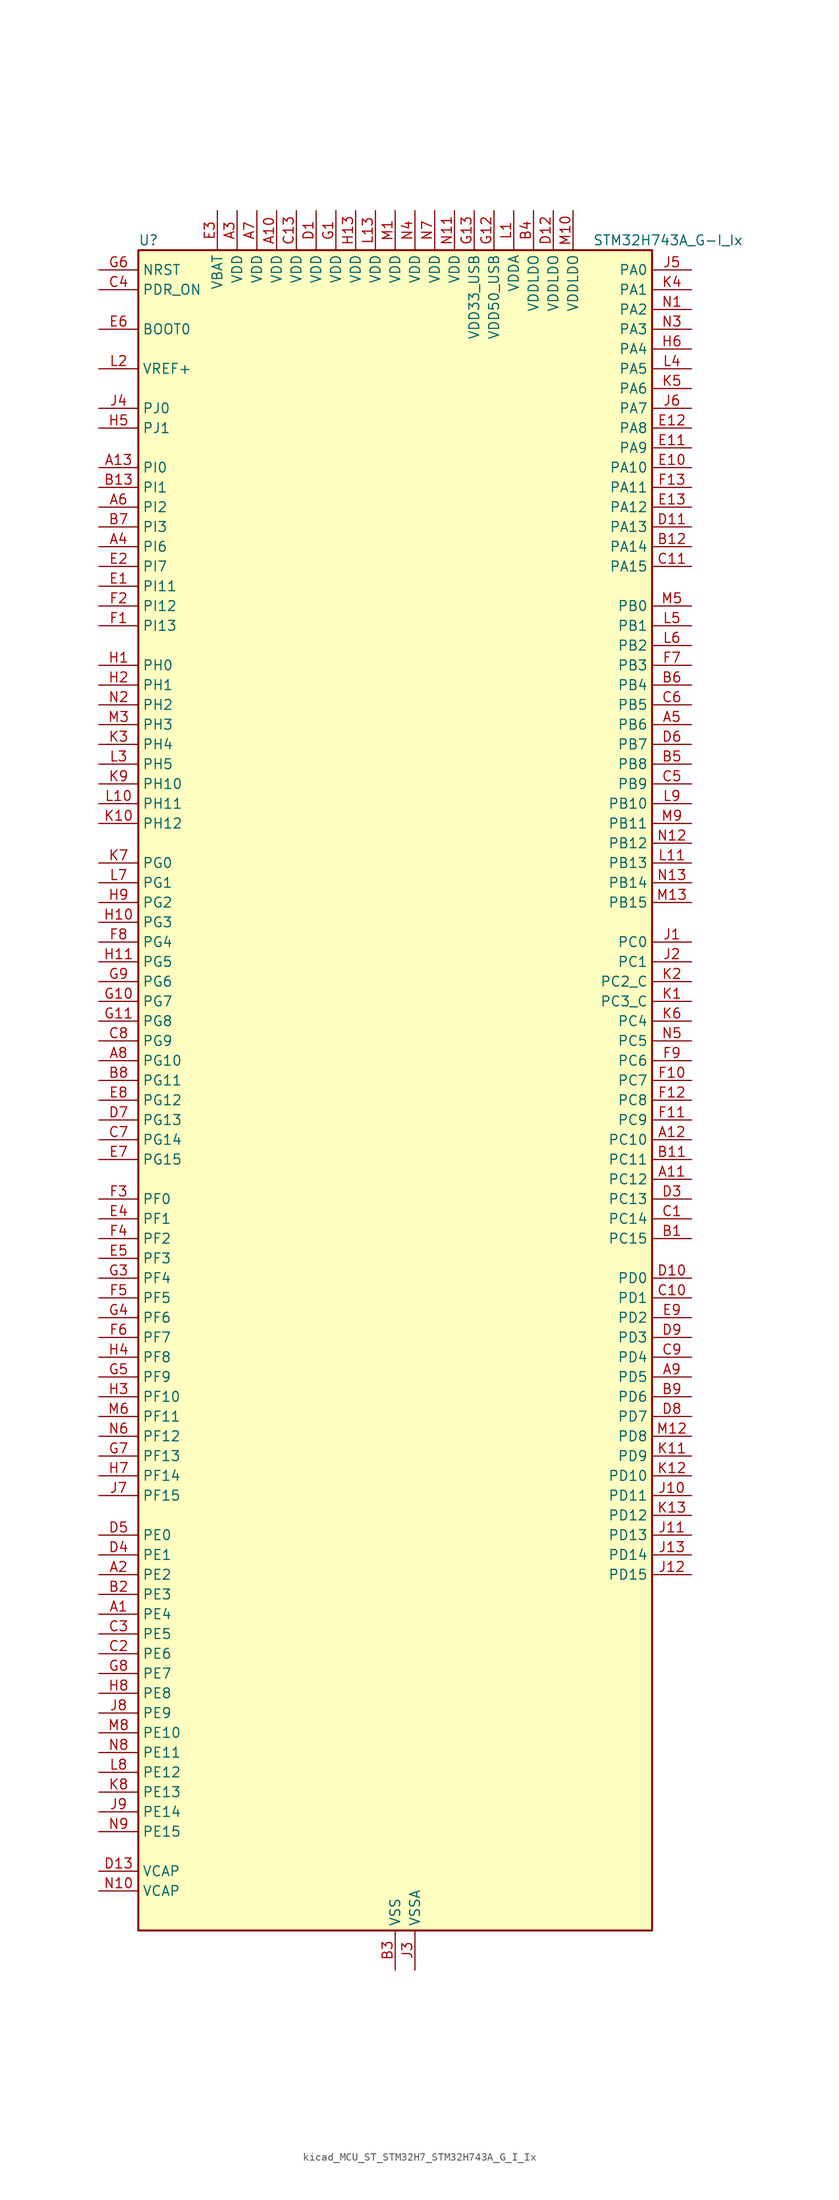
<source format=kicad_sym>
(kicad_symbol_lib
  (version 20220914)
  (generator kicad_symbol_editor)
  (symbol "kicad_MCU_ST_STM32H7_STM32H743A_G_I_Ix"
    (property "Reference" "U"
      (at -33.02 110.49 0)
      (effects (font (size 1.27 1.27)) (justify left)))
    (property "Value" "STM32H743A_G-I_Ix"
      (at 25.4 110.49 0)
      (effects (font (size 1.27 1.27)) (justify left)))
    (property "ki_locked" ""
      (at 0 0 0)
      (effects (font (size 1.27 1.27))))
    (symbol "kicad_MCU_ST_STM32H7_STM32H743A_G_I_Ix_0_1"
      (rectangle (start -33.02 -106.68) (end 33.02 109.22) (stroke (width 0.254) (type default)) (fill (type background))))
    (symbol "kicad_MCU_ST_STM32H7_STM32H743A_G_I_Ix_1_1"
      (pin bidirectional line (at -38.1 -66.04 0) (length 5.08) (name "PE4" (effects (font (size 1.27 1.27)))) (number "A1" (effects (font (size 1.27 1.27)))) (alternate "DCMI_D4" bidirectional line) (alternate "DEBUG_TRACED1" bidirectional line) (alternate "DFSDM1_DATIN3" bidirectional line) (alternate "FMC_A20" bidirectional line) (alternate "LTDC_B0" bidirectional line) (alternate "SAI1_D2" bidirectional line) (alternate "SAI1_FS_A" bidirectional line) (alternate "SAI4_D2" bidirectional line) (alternate "SAI4_FS_A" bidirectional line) (alternate "SPI4_NSS" bidirectional line) (alternate "TIM15_CH1N" bidirectional line))
      (pin power_in line (at -15.24 114.3 270) (length 5.08) (name "VDD" (effects (font (size 1.27 1.27)))) (number "A10" (effects (font (size 1.27 1.27)))))
      (pin bidirectional line (at 38.1 -10.16 180) (length 5.08) (name "PC12" (effects (font (size 1.27 1.27)))) (number "A11" (effects (font (size 1.27 1.27)))) (alternate "DCMI_D9" bidirectional line) (alternate "DEBUG_TRACED3" bidirectional line) (alternate "HRTIM_EEV2" bidirectional line) (alternate "I2S3_SDO" bidirectional line) (alternate "SDMMC1_CK" bidirectional line) (alternate "SPI3_MOSI" bidirectional line) (alternate "UART5_TX" bidirectional line) (alternate "USART3_CK" bidirectional line))
      (pin bidirectional line (at 38.1 -5.08 180) (length 5.08) (name "PC10" (effects (font (size 1.27 1.27)))) (number "A12" (effects (font (size 1.27 1.27)))) (alternate "DCMI_D8" bidirectional line) (alternate "DFSDM1_CKIN5" bidirectional line) (alternate "HRTIM_EEV1" bidirectional line) (alternate "I2S3_CK" bidirectional line) (alternate "LTDC_R2" bidirectional line) (alternate "QUADSPI_BK1_IO1" bidirectional line) (alternate "SDMMC1_D2" bidirectional line) (alternate "SPI3_SCK" bidirectional line) (alternate "UART4_TX" bidirectional line) (alternate "USART3_TX" bidirectional line))
      (pin bidirectional line (at -38.1 81.28 0) (length 5.08) (name "PI0" (effects (font (size 1.27 1.27)))) (number "A13" (effects (font (size 1.27 1.27)))) (alternate "DCMI_D13" bidirectional line) (alternate "FMC_D24" bidirectional line) (alternate "I2S2_WS" bidirectional line) (alternate "LTDC_G5" bidirectional line) (alternate "SPI2_NSS" bidirectional line) (alternate "TIM5_CH4" bidirectional line))
      (pin bidirectional line (at -38.1 -60.96 0) (length 5.08) (name "PE2" (effects (font (size 1.27 1.27)))) (number "A2" (effects (font (size 1.27 1.27)))) (alternate "DEBUG_TRACECLK" bidirectional line) (alternate "ETH_TXD3" bidirectional line) (alternate "FMC_A23" bidirectional line) (alternate "QUADSPI_BK1_IO2" bidirectional line) (alternate "SAI1_CK1" bidirectional line) (alternate "SAI1_MCLK_A" bidirectional line) (alternate "SAI4_CK1" bidirectional line) (alternate "SAI4_MCLK_A" bidirectional line) (alternate "SPI4_SCK" bidirectional line))
      (pin power_in line (at -20.32 114.3 270) (length 5.08) (name "VDD" (effects (font (size 1.27 1.27)))) (number "A3" (effects (font (size 1.27 1.27)))))
      (pin bidirectional line (at -38.1 71.12 0) (length 5.08) (name "PI6" (effects (font (size 1.27 1.27)))) (number "A4" (effects (font (size 1.27 1.27)))) (alternate "DCMI_D6" bidirectional line) (alternate "FMC_D28" bidirectional line) (alternate "LTDC_B6" bidirectional line) (alternate "SAI2_SD_A" bidirectional line) (alternate "TIM8_CH2" bidirectional line))
      (pin bidirectional line (at 38.1 48.26 180) (length 5.08) (name "PB6" (effects (font (size 1.27 1.27)))) (number "A5" (effects (font (size 1.27 1.27)))) (alternate "CEC" bidirectional line) (alternate "DCMI_D5" bidirectional line) (alternate "DFSDM1_DATIN5" bidirectional line) (alternate "FDCAN2_TX" bidirectional line) (alternate "FMC_SDNE1" bidirectional line) (alternate "HRTIM_EEV8" bidirectional line) (alternate "I2C1_SCL" bidirectional line) (alternate "I2C4_SCL" bidirectional line) (alternate "LPUART1_TX" bidirectional line) (alternate "QUADSPI_BK1_NCS" bidirectional line) (alternate "TIM16_CH1N" bidirectional line) (alternate "TIM4_CH1" bidirectional line) (alternate "UART5_TX" bidirectional line) (alternate "USART1_TX" bidirectional line))
      (pin bidirectional line (at -38.1 76.2 0) (length 5.08) (name "PI2" (effects (font (size 1.27 1.27)))) (number "A6" (effects (font (size 1.27 1.27)))) (alternate "DCMI_D9" bidirectional line) (alternate "FMC_D26" bidirectional line) (alternate "I2S2_SDI" bidirectional line) (alternate "LTDC_G7" bidirectional line) (alternate "SPI2_MISO" bidirectional line) (alternate "TIM8_CH4" bidirectional line))
      (pin power_in line (at -17.78 114.3 270) (length 5.08) (name "VDD" (effects (font (size 1.27 1.27)))) (number "A7" (effects (font (size 1.27 1.27)))))
      (pin bidirectional line (at -38.1 5.08 0) (length 5.08) (name "PG10" (effects (font (size 1.27 1.27)))) (number "A8" (effects (font (size 1.27 1.27)))) (alternate "DCMI_D2" bidirectional line) (alternate "FMC_NE3" bidirectional line) (alternate "HRTIM_FLT5" bidirectional line) (alternate "I2S1_WS" bidirectional line) (alternate "LTDC_B2" bidirectional line) (alternate "LTDC_G3" bidirectional line) (alternate "SAI2_SD_B" bidirectional line) (alternate "SPI1_NSS" bidirectional line))
      (pin bidirectional line (at 38.1 -35.56 180) (length 5.08) (name "PD5" (effects (font (size 1.27 1.27)))) (number "A9" (effects (font (size 1.27 1.27)))) (alternate "FMC_NWE" bidirectional line) (alternate "HRTIM_EEV3" bidirectional line) (alternate "USART2_TX" bidirectional line))
      (pin bidirectional line (at 38.1 -17.78 180) (length 5.08) (name "PC15" (effects (font (size 1.27 1.27)))) (number "B1" (effects (font (size 1.27 1.27)))) (alternate "ADC1_EXTI15" bidirectional line) (alternate "ADC2_EXTI15" bidirectional line) (alternate "ADC3_EXTI15" bidirectional line) (alternate "RCC_OSC32_OUT" bidirectional line))
      (pin passive line (at 0 -111.76 90) (length 5.08) hide (name "VSS" (effects (font (size 1.27 1.27)))) (number "B10" (effects (font (size 1.27 1.27)))))
      (pin bidirectional line (at 38.1 -7.62 180) (length 5.08) (name "PC11" (effects (font (size 1.27 1.27)))) (number "B11" (effects (font (size 1.27 1.27)))) (alternate "ADC1_EXTI11" bidirectional line) (alternate "ADC2_EXTI11" bidirectional line) (alternate "ADC3_EXTI11" bidirectional line) (alternate "DCMI_D4" bidirectional line) (alternate "DFSDM1_DATIN5" bidirectional line) (alternate "HRTIM_FLT2" bidirectional line) (alternate "I2S3_SDI" bidirectional line) (alternate "QUADSPI_BK2_NCS" bidirectional line) (alternate "SDMMC1_D3" bidirectional line) (alternate "SPI3_MISO" bidirectional line) (alternate "UART4_RX" bidirectional line) (alternate "USART3_RX" bidirectional line))
      (pin bidirectional line (at 38.1 71.12 180) (length 5.08) (name "PA14" (effects (font (size 1.27 1.27)))) (number "B12" (effects (font (size 1.27 1.27)))) (alternate "DEBUG_JTCK-SWCLK" bidirectional line))
      (pin bidirectional line (at -38.1 78.74 0) (length 5.08) (name "PI1" (effects (font (size 1.27 1.27)))) (number "B13" (effects (font (size 1.27 1.27)))) (alternate "DCMI_D8" bidirectional line) (alternate "FMC_D25" bidirectional line) (alternate "I2S2_CK" bidirectional line) (alternate "LTDC_G6" bidirectional line) (alternate "SPI2_SCK" bidirectional line) (alternate "TIM8_BKIN2" bidirectional line) (alternate "TIM8_BKIN2_COMP1" bidirectional line) (alternate "TIM8_BKIN2_COMP2" bidirectional line))
      (pin bidirectional line (at -38.1 -63.5 0) (length 5.08) (name "PE3" (effects (font (size 1.27 1.27)))) (number "B2" (effects (font (size 1.27 1.27)))) (alternate "DEBUG_TRACED0" bidirectional line) (alternate "FMC_A19" bidirectional line) (alternate "SAI1_SD_B" bidirectional line) (alternate "SAI4_SD_B" bidirectional line) (alternate "TIM15_BKIN" bidirectional line))
      (pin power_in line (at 0 -111.76 90) (length 5.08) (name "VSS" (effects (font (size 1.27 1.27)))) (number "B3" (effects (font (size 1.27 1.27)))))
      (pin power_in line (at 17.78 114.3 270) (length 5.08) (name "VDDLDO" (effects (font (size 1.27 1.27)))) (number "B4" (effects (font (size 1.27 1.27)))))
      (pin bidirectional line (at 38.1 43.18 180) (length 5.08) (name "PB8" (effects (font (size 1.27 1.27)))) (number "B5" (effects (font (size 1.27 1.27)))) (alternate "DCMI_D6" bidirectional line) (alternate "DFSDM1_CKIN7" bidirectional line) (alternate "ETH_TXD3" bidirectional line) (alternate "FDCAN1_RX" bidirectional line) (alternate "I2C1_SCL" bidirectional line) (alternate "I2C4_SCL" bidirectional line) (alternate "LTDC_B6" bidirectional line) (alternate "SDMMC1_CKIN" bidirectional line) (alternate "SDMMC1_D4" bidirectional line) (alternate "SDMMC2_D4" bidirectional line) (alternate "TIM16_CH1" bidirectional line) (alternate "TIM4_CH3" bidirectional line) (alternate "UART4_RX" bidirectional line))
      (pin bidirectional line (at 38.1 53.34 180) (length 5.08) (name "PB4" (effects (font (size 1.27 1.27)))) (number "B6" (effects (font (size 1.27 1.27)))) (alternate "DEBUG_JTRST" bidirectional line) (alternate "HRTIM_EEV6" bidirectional line) (alternate "I2S1_SDI" bidirectional line) (alternate "I2S2_WS" bidirectional line) (alternate "I2S3_SDI" bidirectional line) (alternate "SDMMC2_D3" bidirectional line) (alternate "SPI1_MISO" bidirectional line) (alternate "SPI2_NSS" bidirectional line) (alternate "SPI3_MISO" bidirectional line) (alternate "SPI6_MISO" bidirectional line) (alternate "TIM16_BKIN" bidirectional line) (alternate "TIM3_CH1" bidirectional line) (alternate "UART7_TX" bidirectional line))
      (pin bidirectional line (at -38.1 73.66 0) (length 5.08) (name "PI3" (effects (font (size 1.27 1.27)))) (number "B7" (effects (font (size 1.27 1.27)))) (alternate "DCMI_D10" bidirectional line) (alternate "FMC_D27" bidirectional line) (alternate "I2S2_SDO" bidirectional line) (alternate "SPI2_MOSI" bidirectional line) (alternate "TIM8_ETR" bidirectional line))
      (pin bidirectional line (at -38.1 2.54 0) (length 5.08) (name "PG11" (effects (font (size 1.27 1.27)))) (number "B8" (effects (font (size 1.27 1.27)))) (alternate "ADC1_EXTI11" bidirectional line) (alternate "ADC2_EXTI11" bidirectional line) (alternate "ADC3_EXTI11" bidirectional line) (alternate "DCMI_D3" bidirectional line) (alternate "ETH_TX_EN" bidirectional line) (alternate "HRTIM_EEV4" bidirectional line) (alternate "I2S1_CK" bidirectional line) (alternate "LPTIM1_IN2" bidirectional line) (alternate "LTDC_B3" bidirectional line) (alternate "SDMMC2_D2" bidirectional line) (alternate "SPDIFRX1_IN0" bidirectional line) (alternate "SPI1_SCK" bidirectional line))
      (pin bidirectional line (at 38.1 -38.1 180) (length 5.08) (name "PD6" (effects (font (size 1.27 1.27)))) (number "B9" (effects (font (size 1.27 1.27)))) (alternate "DCMI_D10" bidirectional line) (alternate "DFSDM1_CKIN4" bidirectional line) (alternate "DFSDM1_DATIN1" bidirectional line) (alternate "FMC_NWAIT" bidirectional line) (alternate "I2S3_SDO" bidirectional line) (alternate "LTDC_B2" bidirectional line) (alternate "SAI1_D1" bidirectional line) (alternate "SAI1_SD_A" bidirectional line) (alternate "SAI4_D1" bidirectional line) (alternate "SAI4_SD_A" bidirectional line) (alternate "SDMMC2_CK" bidirectional line) (alternate "SPI3_MOSI" bidirectional line) (alternate "USART2_RX" bidirectional line))
      (pin bidirectional line (at 38.1 -15.24 180) (length 5.08) (name "PC14" (effects (font (size 1.27 1.27)))) (number "C1" (effects (font (size 1.27 1.27)))) (alternate "RCC_OSC32_IN" bidirectional line))
      (pin bidirectional line (at 38.1 -25.4 180) (length 5.08) (name "PD1" (effects (font (size 1.27 1.27)))) (number "C10" (effects (font (size 1.27 1.27)))) (alternate "DFSDM1_DATIN6" bidirectional line) (alternate "FDCAN1_TX" bidirectional line) (alternate "FMC_D3" bidirectional line) (alternate "FMC_DA3" bidirectional line) (alternate "SAI3_SD_A" bidirectional line) (alternate "UART4_TX" bidirectional line))
      (pin bidirectional line (at 38.1 68.58 180) (length 5.08) (name "PA15" (effects (font (size 1.27 1.27)))) (number "C11" (effects (font (size 1.27 1.27)))) (alternate "ADC1_EXTI15" bidirectional line) (alternate "ADC2_EXTI15" bidirectional line) (alternate "ADC3_EXTI15" bidirectional line) (alternate "CEC" bidirectional line) (alternate "DEBUG_JTDI" bidirectional line) (alternate "HRTIM_FLT1" bidirectional line) (alternate "I2S1_WS" bidirectional line) (alternate "I2S3_WS" bidirectional line) (alternate "SPI1_NSS" bidirectional line) (alternate "SPI3_NSS" bidirectional line) (alternate "SPI6_NSS" bidirectional line) (alternate "TIM2_CH1" bidirectional line) (alternate "TIM2_ETR" bidirectional line) (alternate "UART4_DE" bidirectional line) (alternate "UART4_RTS" bidirectional line) (alternate "UART7_TX" bidirectional line))
      (pin passive line (at 0 -111.76 90) (length 5.08) hide (name "VSS" (effects (font (size 1.27 1.27)))) (number "C12" (effects (font (size 1.27 1.27)))))
      (pin power_in line (at -12.7 114.3 270) (length 5.08) (name "VDD" (effects (font (size 1.27 1.27)))) (number "C13" (effects (font (size 1.27 1.27)))))
      (pin bidirectional line (at -38.1 -71.12 0) (length 5.08) (name "PE6" (effects (font (size 1.27 1.27)))) (number "C2" (effects (font (size 1.27 1.27)))) (alternate "DCMI_D7" bidirectional line) (alternate "DEBUG_TRACED3" bidirectional line) (alternate "FMC_A22" bidirectional line) (alternate "LTDC_G1" bidirectional line) (alternate "SAI1_D1" bidirectional line) (alternate "SAI1_SD_A" bidirectional line) (alternate "SAI2_MCLK_B" bidirectional line) (alternate "SAI4_D1" bidirectional line) (alternate "SAI4_SD_A" bidirectional line) (alternate "SPI4_MOSI" bidirectional line) (alternate "TIM15_CH2" bidirectional line) (alternate "TIM1_BKIN2" bidirectional line) (alternate "TIM1_BKIN2_COMP1" bidirectional line) (alternate "TIM1_BKIN2_COMP2" bidirectional line))
      (pin bidirectional line (at -38.1 -68.58 0) (length 5.08) (name "PE5" (effects (font (size 1.27 1.27)))) (number "C3" (effects (font (size 1.27 1.27)))) (alternate "DCMI_D6" bidirectional line) (alternate "DEBUG_TRACED2" bidirectional line) (alternate "DFSDM1_CKIN3" bidirectional line) (alternate "FMC_A21" bidirectional line) (alternate "LTDC_G0" bidirectional line) (alternate "SAI1_CK2" bidirectional line) (alternate "SAI1_SCK_A" bidirectional line) (alternate "SAI4_CK2" bidirectional line) (alternate "SAI4_SCK_A" bidirectional line) (alternate "SPI4_MISO" bidirectional line) (alternate "TIM15_CH1" bidirectional line))
      (pin input line (at -38.1 104.14 0) (length 5.08) (name "PDR_ON" (effects (font (size 1.27 1.27)))) (number "C4" (effects (font (size 1.27 1.27)))))
      (pin bidirectional line (at 38.1 40.64 180) (length 5.08) (name "PB9" (effects (font (size 1.27 1.27)))) (number "C5" (effects (font (size 1.27 1.27)))) (alternate "DAC1_EXTI9" bidirectional line) (alternate "DCMI_D7" bidirectional line) (alternate "DFSDM1_DATIN7" bidirectional line) (alternate "FDCAN1_TX" bidirectional line) (alternate "I2C1_SDA" bidirectional line) (alternate "I2C4_SDA" bidirectional line) (alternate "I2C4_SMBA" bidirectional line) (alternate "I2S2_WS" bidirectional line) (alternate "LTDC_B7" bidirectional line) (alternate "SDMMC1_CDIR" bidirectional line) (alternate "SDMMC1_D5" bidirectional line) (alternate "SDMMC2_D5" bidirectional line) (alternate "SPI2_NSS" bidirectional line) (alternate "TIM17_CH1" bidirectional line) (alternate "TIM4_CH4" bidirectional line) (alternate "UART4_TX" bidirectional line))
      (pin bidirectional line (at 38.1 50.8 180) (length 5.08) (name "PB5" (effects (font (size 1.27 1.27)))) (number "C6" (effects (font (size 1.27 1.27)))) (alternate "DCMI_D10" bidirectional line) (alternate "ETH_PPS_OUT" bidirectional line) (alternate "FDCAN2_RX" bidirectional line) (alternate "FMC_SDCKE1" bidirectional line) (alternate "HRTIM_EEV7" bidirectional line) (alternate "I2C1_SMBA" bidirectional line) (alternate "I2C4_SMBA" bidirectional line) (alternate "I2S1_SDO" bidirectional line) (alternate "I2S3_SDO" bidirectional line) (alternate "SPI1_MOSI" bidirectional line) (alternate "SPI3_MOSI" bidirectional line) (alternate "SPI6_MOSI" bidirectional line) (alternate "TIM17_BKIN" bidirectional line) (alternate "TIM3_CH2" bidirectional line) (alternate "UART5_RX" bidirectional line) (alternate "USB_OTG_HS_ULPI_D7" bidirectional line))
      (pin bidirectional line (at -38.1 -5.08 0) (length 5.08) (name "PG14" (effects (font (size 1.27 1.27)))) (number "C7" (effects (font (size 1.27 1.27)))) (alternate "DEBUG_TRACED1" bidirectional line) (alternate "ETH_TXD1" bidirectional line) (alternate "FMC_A25" bidirectional line) (alternate "LPTIM1_ETR" bidirectional line) (alternate "LTDC_B0" bidirectional line) (alternate "QUADSPI_BK2_IO3" bidirectional line) (alternate "SPI6_MOSI" bidirectional line) (alternate "USART6_TX" bidirectional line))
      (pin bidirectional line (at -38.1 7.62 0) (length 5.08) (name "PG9" (effects (font (size 1.27 1.27)))) (number "C8" (effects (font (size 1.27 1.27)))) (alternate "DAC1_EXTI9" bidirectional line) (alternate "DCMI_VSYNC" bidirectional line) (alternate "FMC_NCE" bidirectional line) (alternate "FMC_NE2" bidirectional line) (alternate "I2S1_SDI" bidirectional line) (alternate "QUADSPI_BK2_IO2" bidirectional line) (alternate "SAI2_FS_B" bidirectional line) (alternate "SPDIFRX1_IN3" bidirectional line) (alternate "SPI1_MISO" bidirectional line) (alternate "USART6_RX" bidirectional line))
      (pin bidirectional line (at 38.1 -33.02 180) (length 5.08) (name "PD4" (effects (font (size 1.27 1.27)))) (number "C9" (effects (font (size 1.27 1.27)))) (alternate "FMC_NOE" bidirectional line) (alternate "HRTIM_FLT3" bidirectional line) (alternate "SAI3_FS_A" bidirectional line) (alternate "USART2_DE" bidirectional line) (alternate "USART2_RTS" bidirectional line))
      (pin power_in line (at -10.16 114.3 270) (length 5.08) (name "VDD" (effects (font (size 1.27 1.27)))) (number "D1" (effects (font (size 1.27 1.27)))))
      (pin bidirectional line (at 38.1 -22.86 180) (length 5.08) (name "PD0" (effects (font (size 1.27 1.27)))) (number "D10" (effects (font (size 1.27 1.27)))) (alternate "DFSDM1_CKIN6" bidirectional line) (alternate "FDCAN1_RX" bidirectional line) (alternate "FMC_D2" bidirectional line) (alternate "FMC_DA2" bidirectional line) (alternate "SAI3_SCK_A" bidirectional line) (alternate "UART4_RX" bidirectional line))
      (pin bidirectional line (at 38.1 73.66 180) (length 5.08) (name "PA13" (effects (font (size 1.27 1.27)))) (number "D11" (effects (font (size 1.27 1.27)))) (alternate "DEBUG_JTMS-SWDIO" bidirectional line))
      (pin power_in line (at 20.32 114.3 270) (length 5.08) (name "VDDLDO" (effects (font (size 1.27 1.27)))) (number "D12" (effects (font (size 1.27 1.27)))))
      (pin power_out line (at -38.1 -99.06 0) (length 5.08) (name "VCAP" (effects (font (size 1.27 1.27)))) (number "D13" (effects (font (size 1.27 1.27)))))
      (pin passive line (at 0 -111.76 90) (length 5.08) hide (name "VSS" (effects (font (size 1.27 1.27)))) (number "D2" (effects (font (size 1.27 1.27)))))
      (pin bidirectional line (at 38.1 -12.7 180) (length 5.08) (name "PC13" (effects (font (size 1.27 1.27)))) (number "D3" (effects (font (size 1.27 1.27)))) (alternate "PWR_WKUP2" bidirectional line) (alternate "RTC_OUT_ALARM" bidirectional line) (alternate "RTC_OUT_CALIB" bidirectional line) (alternate "RTC_TAMP1" bidirectional line) (alternate "RTC_TS" bidirectional line))
      (pin bidirectional line (at -38.1 -58.42 0) (length 5.08) (name "PE1" (effects (font (size 1.27 1.27)))) (number "D4" (effects (font (size 1.27 1.27)))) (alternate "DCMI_D3" bidirectional line) (alternate "FMC_NBL1" bidirectional line) (alternate "HRTIM_SCOUT" bidirectional line) (alternate "LPTIM1_IN2" bidirectional line) (alternate "UART8_TX" bidirectional line))
      (pin bidirectional line (at -38.1 -55.88 0) (length 5.08) (name "PE0" (effects (font (size 1.27 1.27)))) (number "D5" (effects (font (size 1.27 1.27)))) (alternate "DCMI_D2" bidirectional line) (alternate "FMC_NBL0" bidirectional line) (alternate "HRTIM_SCIN" bidirectional line) (alternate "LPTIM1_ETR" bidirectional line) (alternate "LPTIM2_ETR" bidirectional line) (alternate "SAI2_MCLK_A" bidirectional line) (alternate "TIM4_ETR" bidirectional line) (alternate "UART8_RX" bidirectional line))
      (pin bidirectional line (at 38.1 45.72 180) (length 5.08) (name "PB7" (effects (font (size 1.27 1.27)))) (number "D6" (effects (font (size 1.27 1.27)))) (alternate "DCMI_VSYNC" bidirectional line) (alternate "DFSDM1_CKIN5" bidirectional line) (alternate "FMC_NL" bidirectional line) (alternate "HRTIM_EEV9" bidirectional line) (alternate "I2C1_SDA" bidirectional line) (alternate "I2C4_SDA" bidirectional line) (alternate "LPUART1_RX" bidirectional line) (alternate "PWR_PVD_IN" bidirectional line) (alternate "TIM17_CH1N" bidirectional line) (alternate "TIM4_CH2" bidirectional line) (alternate "USART1_RX" bidirectional line))
      (pin bidirectional line (at -38.1 -2.54 0) (length 5.08) (name "PG13" (effects (font (size 1.27 1.27)))) (number "D7" (effects (font (size 1.27 1.27)))) (alternate "DEBUG_TRACED0" bidirectional line) (alternate "ETH_TXD0" bidirectional line) (alternate "FMC_A24" bidirectional line) (alternate "HRTIM_EEV10" bidirectional line) (alternate "LPTIM1_OUT" bidirectional line) (alternate "LTDC_R0" bidirectional line) (alternate "SPI6_SCK" bidirectional line) (alternate "USART6_CTS" bidirectional line) (alternate "USART6_NSS" bidirectional line))
      (pin bidirectional line (at 38.1 -40.64 180) (length 5.08) (name "PD7" (effects (font (size 1.27 1.27)))) (number "D8" (effects (font (size 1.27 1.27)))) (alternate "DFSDM1_CKIN1" bidirectional line) (alternate "DFSDM1_DATIN4" bidirectional line) (alternate "FMC_NE1" bidirectional line) (alternate "I2S1_SDO" bidirectional line) (alternate "SDMMC2_CMD" bidirectional line) (alternate "SPDIFRX1_IN0" bidirectional line) (alternate "SPI1_MOSI" bidirectional line) (alternate "USART2_CK" bidirectional line))
      (pin bidirectional line (at 38.1 -30.48 180) (length 5.08) (name "PD3" (effects (font (size 1.27 1.27)))) (number "D9" (effects (font (size 1.27 1.27)))) (alternate "DCMI_D5" bidirectional line) (alternate "DFSDM1_CKOUT" bidirectional line) (alternate "FMC_CLK" bidirectional line) (alternate "I2S2_CK" bidirectional line) (alternate "LTDC_G7" bidirectional line) (alternate "SPI2_SCK" bidirectional line) (alternate "USART2_CTS" bidirectional line) (alternate "USART2_NSS" bidirectional line))
      (pin bidirectional line (at -38.1 66.04 0) (length 5.08) (name "PI11" (effects (font (size 1.27 1.27)))) (number "E1" (effects (font (size 1.27 1.27)))) (alternate "ADC1_EXTI11" bidirectional line) (alternate "ADC2_EXTI11" bidirectional line) (alternate "ADC3_EXTI11" bidirectional line) (alternate "LTDC_G6" bidirectional line) (alternate "PWR_WKUP4" bidirectional line) (alternate "USB_OTG_HS_ULPI_DIR" bidirectional line))
      (pin bidirectional line (at 38.1 81.28 180) (length 5.08) (name "PA10" (effects (font (size 1.27 1.27)))) (number "E10" (effects (font (size 1.27 1.27)))) (alternate "DCMI_D1" bidirectional line) (alternate "HRTIM_CHC2" bidirectional line) (alternate "LPUART1_RX" bidirectional line) (alternate "LTDC_B1" bidirectional line) (alternate "LTDC_B4" bidirectional line) (alternate "MDIOS_MDIO" bidirectional line) (alternate "TIM1_CH3" bidirectional line) (alternate "USART1_RX" bidirectional line) (alternate "USB_OTG_FS_ID" bidirectional line))
      (pin bidirectional line (at 38.1 83.82 180) (length 5.08) (name "PA9" (effects (font (size 1.27 1.27)))) (number "E11" (effects (font (size 1.27 1.27)))) (alternate "DAC1_EXTI9" bidirectional line) (alternate "DCMI_D0" bidirectional line) (alternate "HRTIM_CHC1" bidirectional line) (alternate "I2C3_SMBA" bidirectional line) (alternate "I2S2_CK" bidirectional line) (alternate "LPUART1_TX" bidirectional line) (alternate "LTDC_R5" bidirectional line) (alternate "SPI2_SCK" bidirectional line) (alternate "TIM1_CH2" bidirectional line) (alternate "USART1_TX" bidirectional line) (alternate "USB_OTG_FS_VBUS" bidirectional line))
      (pin bidirectional line (at 38.1 86.36 180) (length 5.08) (name "PA8" (effects (font (size 1.27 1.27)))) (number "E12" (effects (font (size 1.27 1.27)))) (alternate "HRTIM_CHB2" bidirectional line) (alternate "I2C3_SCL" bidirectional line) (alternate "LTDC_B3" bidirectional line) (alternate "LTDC_R6" bidirectional line) (alternate "RCC_MCO_1" bidirectional line) (alternate "TIM1_CH1" bidirectional line) (alternate "TIM8_BKIN2" bidirectional line) (alternate "TIM8_BKIN2_COMP1" bidirectional line) (alternate "TIM8_BKIN2_COMP2" bidirectional line) (alternate "UART7_RX" bidirectional line) (alternate "USART1_CK" bidirectional line) (alternate "USB_OTG_FS_SOF" bidirectional line))
      (pin bidirectional line (at 38.1 76.2 180) (length 5.08) (name "PA12" (effects (font (size 1.27 1.27)))) (number "E13" (effects (font (size 1.27 1.27)))) (alternate "FDCAN1_TX" bidirectional line) (alternate "HRTIM_CHD2" bidirectional line) (alternate "I2S2_CK" bidirectional line) (alternate "LPUART1_DE" bidirectional line) (alternate "LPUART1_RTS" bidirectional line) (alternate "LTDC_R5" bidirectional line) (alternate "SAI2_FS_B" bidirectional line) (alternate "SPI2_SCK" bidirectional line) (alternate "TIM1_ETR" bidirectional line) (alternate "UART4_TX" bidirectional line) (alternate "USART1_DE" bidirectional line) (alternate "USART1_RTS" bidirectional line) (alternate "USB_OTG_FS_DP" bidirectional line))
      (pin bidirectional line (at -38.1 68.58 0) (length 5.08) (name "PI7" (effects (font (size 1.27 1.27)))) (number "E2" (effects (font (size 1.27 1.27)))) (alternate "DCMI_D7" bidirectional line) (alternate "FMC_D29" bidirectional line) (alternate "LTDC_B7" bidirectional line) (alternate "SAI2_FS_A" bidirectional line) (alternate "TIM8_CH3" bidirectional line))
      (pin power_in line (at -22.86 114.3 270) (length 5.08) (name "VBAT" (effects (font (size 1.27 1.27)))) (number "E3" (effects (font (size 1.27 1.27)))))
      (pin bidirectional line (at -38.1 -15.24 0) (length 5.08) (name "PF1" (effects (font (size 1.27 1.27)))) (number "E4" (effects (font (size 1.27 1.27)))) (alternate "FMC_A1" bidirectional line) (alternate "I2C2_SCL" bidirectional line))
      (pin bidirectional line (at -38.1 -20.32 0) (length 5.08) (name "PF3" (effects (font (size 1.27 1.27)))) (number "E5" (effects (font (size 1.27 1.27)))) (alternate "ADC3_INP5" bidirectional line) (alternate "FMC_A3" bidirectional line))
      (pin input line (at -38.1 99.06 0) (length 5.08) (name "BOOT0" (effects (font (size 1.27 1.27)))) (number "E6" (effects (font (size 1.27 1.27)))))
      (pin bidirectional line (at -38.1 -7.62 0) (length 5.08) (name "PG15" (effects (font (size 1.27 1.27)))) (number "E7" (effects (font (size 1.27 1.27)))) (alternate "ADC1_EXTI15" bidirectional line) (alternate "ADC2_EXTI15" bidirectional line) (alternate "ADC3_EXTI15" bidirectional line) (alternate "DCMI_D13" bidirectional line) (alternate "FMC_SDNCAS" bidirectional line) (alternate "USART6_CTS" bidirectional line) (alternate "USART6_NSS" bidirectional line))
      (pin bidirectional line (at -38.1 0 0) (length 5.08) (name "PG12" (effects (font (size 1.27 1.27)))) (number "E8" (effects (font (size 1.27 1.27)))) (alternate "ETH_TXD1" bidirectional line) (alternate "FMC_NE4" bidirectional line) (alternate "HRTIM_EEV5" bidirectional line) (alternate "LPTIM1_IN1" bidirectional line) (alternate "LTDC_B1" bidirectional line) (alternate "LTDC_B4" bidirectional line) (alternate "SPDIFRX1_IN1" bidirectional line) (alternate "SPI6_MISO" bidirectional line) (alternate "USART6_DE" bidirectional line) (alternate "USART6_RTS" bidirectional line))
      (pin bidirectional line (at 38.1 -27.94 180) (length 5.08) (name "PD2" (effects (font (size 1.27 1.27)))) (number "E9" (effects (font (size 1.27 1.27)))) (alternate "DCMI_D11" bidirectional line) (alternate "DEBUG_TRACED2" bidirectional line) (alternate "SDMMC1_CMD" bidirectional line) (alternate "TIM3_ETR" bidirectional line) (alternate "UART5_RX" bidirectional line))
      (pin bidirectional line (at -38.1 60.96 0) (length 5.08) (name "PI13" (effects (font (size 1.27 1.27)))) (number "F1" (effects (font (size 1.27 1.27)))) (alternate "LTDC_VSYNC" bidirectional line))
      (pin bidirectional line (at 38.1 2.54 180) (length 5.08) (name "PC7" (effects (font (size 1.27 1.27)))) (number "F10" (effects (font (size 1.27 1.27)))) (alternate "DCMI_D1" bidirectional line) (alternate "DEBUG_TRGIO" bidirectional line) (alternate "DFSDM1_DATIN3" bidirectional line) (alternate "FMC_NE1" bidirectional line) (alternate "HRTIM_CHA2" bidirectional line) (alternate "I2S3_MCK" bidirectional line) (alternate "LTDC_G6" bidirectional line) (alternate "SDMMC1_D123DIR" bidirectional line) (alternate "SDMMC1_D7" bidirectional line) (alternate "SDMMC2_D7" bidirectional line) (alternate "SWPMI1_TX" bidirectional line) (alternate "TIM3_CH2" bidirectional line) (alternate "TIM8_CH2" bidirectional line) (alternate "USART6_RX" bidirectional line))
      (pin bidirectional line (at 38.1 -2.54 180) (length 5.08) (name "PC9" (effects (font (size 1.27 1.27)))) (number "F11" (effects (font (size 1.27 1.27)))) (alternate "DAC1_EXTI9" bidirectional line) (alternate "DCMI_D3" bidirectional line) (alternate "I2C3_SDA" bidirectional line) (alternate "I2S_CKIN" bidirectional line) (alternate "LTDC_B2" bidirectional line) (alternate "LTDC_G3" bidirectional line) (alternate "QUADSPI_BK1_IO0" bidirectional line) (alternate "RCC_MCO_2" bidirectional line) (alternate "SDMMC1_D1" bidirectional line) (alternate "SWPMI1_SUSPEND" bidirectional line) (alternate "TIM3_CH4" bidirectional line) (alternate "TIM8_CH4" bidirectional line) (alternate "UART5_CTS" bidirectional line))
      (pin bidirectional line (at 38.1 0 180) (length 5.08) (name "PC8" (effects (font (size 1.27 1.27)))) (number "F12" (effects (font (size 1.27 1.27)))) (alternate "DCMI_D2" bidirectional line) (alternate "DEBUG_TRACED1" bidirectional line) (alternate "FMC_NCE" bidirectional line) (alternate "FMC_NE2" bidirectional line) (alternate "HRTIM_CHB1" bidirectional line) (alternate "SDMMC1_D0" bidirectional line) (alternate "SWPMI1_RX" bidirectional line) (alternate "TIM3_CH3" bidirectional line) (alternate "TIM8_CH3" bidirectional line) (alternate "UART5_DE" bidirectional line) (alternate "UART5_RTS" bidirectional line) (alternate "USART6_CK" bidirectional line))
      (pin bidirectional line (at 38.1 78.74 180) (length 5.08) (name "PA11" (effects (font (size 1.27 1.27)))) (number "F13" (effects (font (size 1.27 1.27)))) (alternate "ADC1_EXTI11" bidirectional line) (alternate "ADC2_EXTI11" bidirectional line) (alternate "ADC3_EXTI11" bidirectional line) (alternate "FDCAN1_RX" bidirectional line) (alternate "HRTIM_CHD1" bidirectional line) (alternate "I2S2_WS" bidirectional line) (alternate "LPUART1_CTS" bidirectional line) (alternate "LTDC_R4" bidirectional line) (alternate "SPI2_NSS" bidirectional line) (alternate "TIM1_CH4" bidirectional line) (alternate "UART4_RX" bidirectional line) (alternate "USART1_CTS" bidirectional line) (alternate "USART1_NSS" bidirectional line) (alternate "USB_OTG_FS_DM" bidirectional line))
      (pin bidirectional line (at -38.1 63.5 0) (length 5.08) (name "PI12" (effects (font (size 1.27 1.27)))) (number "F2" (effects (font (size 1.27 1.27)))) (alternate "LTDC_HSYNC" bidirectional line))
      (pin bidirectional line (at -38.1 -12.7 0) (length 5.08) (name "PF0" (effects (font (size 1.27 1.27)))) (number "F3" (effects (font (size 1.27 1.27)))) (alternate "FMC_A0" bidirectional line) (alternate "I2C2_SDA" bidirectional line))
      (pin bidirectional line (at -38.1 -17.78 0) (length 5.08) (name "PF2" (effects (font (size 1.27 1.27)))) (number "F4" (effects (font (size 1.27 1.27)))) (alternate "FMC_A2" bidirectional line) (alternate "I2C2_SMBA" bidirectional line))
      (pin bidirectional line (at -38.1 -25.4 0) (length 5.08) (name "PF5" (effects (font (size 1.27 1.27)))) (number "F5" (effects (font (size 1.27 1.27)))) (alternate "ADC3_INP4" bidirectional line) (alternate "FMC_A5" bidirectional line))
      (pin bidirectional line (at -38.1 -30.48 0) (length 5.08) (name "PF7" (effects (font (size 1.27 1.27)))) (number "F6" (effects (font (size 1.27 1.27)))) (alternate "ADC3_INP3" bidirectional line) (alternate "QUADSPI_BK1_IO2" bidirectional line) (alternate "SAI1_MCLK_B" bidirectional line) (alternate "SAI4_MCLK_B" bidirectional line) (alternate "SPI5_SCK" bidirectional line) (alternate "TIM17_CH1" bidirectional line) (alternate "UART7_TX" bidirectional line))
      (pin bidirectional line (at 38.1 55.88 180) (length 5.08) (name "PB3" (effects (font (size 1.27 1.27)))) (number "F7" (effects (font (size 1.27 1.27)))) (alternate "CRS_SYNC" bidirectional line) (alternate "DEBUG_JTDO-SWO" bidirectional line) (alternate "HRTIM_FLT4" bidirectional line) (alternate "I2S1_CK" bidirectional line) (alternate "I2S3_CK" bidirectional line) (alternate "SDMMC2_D2" bidirectional line) (alternate "SPI1_SCK" bidirectional line) (alternate "SPI3_SCK" bidirectional line) (alternate "SPI6_SCK" bidirectional line) (alternate "TIM2_CH2" bidirectional line) (alternate "UART7_RX" bidirectional line))
      (pin bidirectional line (at -38.1 20.32 0) (length 5.08) (name "PG4" (effects (font (size 1.27 1.27)))) (number "F8" (effects (font (size 1.27 1.27)))) (alternate "FMC_A14" bidirectional line) (alternate "FMC_BA0" bidirectional line) (alternate "TIM1_BKIN2" bidirectional line) (alternate "TIM1_BKIN2_COMP1" bidirectional line) (alternate "TIM1_BKIN2_COMP2" bidirectional line))
      (pin bidirectional line (at 38.1 5.08 180) (length 5.08) (name "PC6" (effects (font (size 1.27 1.27)))) (number "F9" (effects (font (size 1.27 1.27)))) (alternate "DCMI_D0" bidirectional line) (alternate "DFSDM1_CKIN3" bidirectional line) (alternate "FMC_NWAIT" bidirectional line) (alternate "HRTIM_CHA1" bidirectional line) (alternate "I2S2_MCK" bidirectional line) (alternate "LTDC_HSYNC" bidirectional line) (alternate "SDMMC1_D0DIR" bidirectional line) (alternate "SDMMC1_D6" bidirectional line) (alternate "SDMMC2_D6" bidirectional line) (alternate "SWPMI1_IO" bidirectional line) (alternate "TIM3_CH1" bidirectional line) (alternate "TIM8_CH1" bidirectional line) (alternate "USART6_TX" bidirectional line))
      (pin power_in line (at -7.62 114.3 270) (length 5.08) (name "VDD" (effects (font (size 1.27 1.27)))) (number "G1" (effects (font (size 1.27 1.27)))))
      (pin bidirectional line (at -38.1 12.7 0) (length 5.08) (name "PG7" (effects (font (size 1.27 1.27)))) (number "G10" (effects (font (size 1.27 1.27)))) (alternate "DCMI_D13" bidirectional line) (alternate "FMC_INT" bidirectional line) (alternate "HRTIM_CHE2" bidirectional line) (alternate "LTDC_CLK" bidirectional line) (alternate "SAI1_MCLK_A" bidirectional line) (alternate "USART6_CK" bidirectional line))
      (pin bidirectional line (at -38.1 10.16 0) (length 5.08) (name "PG8" (effects (font (size 1.27 1.27)))) (number "G11" (effects (font (size 1.27 1.27)))) (alternate "ETH_PPS_OUT" bidirectional line) (alternate "FMC_SDCLK" bidirectional line) (alternate "LTDC_G7" bidirectional line) (alternate "SPDIFRX1_IN2" bidirectional line) (alternate "SPI6_NSS" bidirectional line) (alternate "TIM8_ETR" bidirectional line) (alternate "USART6_DE" bidirectional line) (alternate "USART6_RTS" bidirectional line))
      (pin power_in line (at 12.7 114.3 270) (length 5.08) (name "VDD50_USB" (effects (font (size 1.27 1.27)))) (number "G12" (effects (font (size 1.27 1.27)))))
      (pin power_in line (at 10.16 114.3 270) (length 5.08) (name "VDD33_USB" (effects (font (size 1.27 1.27)))) (number "G13" (effects (font (size 1.27 1.27)))))
      (pin passive line (at 0 -111.76 90) (length 5.08) hide (name "VSS" (effects (font (size 1.27 1.27)))) (number "G2" (effects (font (size 1.27 1.27)))))
      (pin bidirectional line (at -38.1 -22.86 0) (length 5.08) (name "PF4" (effects (font (size 1.27 1.27)))) (number "G3" (effects (font (size 1.27 1.27)))) (alternate "ADC3_INN5" bidirectional line) (alternate "ADC3_INP9" bidirectional line) (alternate "FMC_A4" bidirectional line))
      (pin bidirectional line (at -38.1 -27.94 0) (length 5.08) (name "PF6" (effects (font (size 1.27 1.27)))) (number "G4" (effects (font (size 1.27 1.27)))) (alternate "ADC3_INN4" bidirectional line) (alternate "ADC3_INP8" bidirectional line) (alternate "QUADSPI_BK1_IO3" bidirectional line) (alternate "SAI1_SD_B" bidirectional line) (alternate "SAI4_SD_B" bidirectional line) (alternate "SPI5_NSS" bidirectional line) (alternate "TIM16_CH1" bidirectional line) (alternate "UART7_RX" bidirectional line))
      (pin bidirectional line (at -38.1 -35.56 0) (length 5.08) (name "PF9" (effects (font (size 1.27 1.27)))) (number "G5" (effects (font (size 1.27 1.27)))) (alternate "ADC3_INP2" bidirectional line) (alternate "DAC1_EXTI9" bidirectional line) (alternate "QUADSPI_BK1_IO1" bidirectional line) (alternate "SAI1_FS_B" bidirectional line) (alternate "SAI4_FS_B" bidirectional line) (alternate "SPI5_MOSI" bidirectional line) (alternate "TIM14_CH1" bidirectional line) (alternate "TIM17_CH1N" bidirectional line) (alternate "UART7_CTS" bidirectional line))
      (pin input line (at -38.1 106.68 0) (length 5.08) (name "NRST" (effects (font (size 1.27 1.27)))) (number "G6" (effects (font (size 1.27 1.27)))))
      (pin bidirectional line (at -38.1 -45.72 0) (length 5.08) (name "PF13" (effects (font (size 1.27 1.27)))) (number "G7" (effects (font (size 1.27 1.27)))) (alternate "ADC2_INP2" bidirectional line) (alternate "DFSDM1_DATIN6" bidirectional line) (alternate "FMC_A7" bidirectional line) (alternate "I2C4_SMBA" bidirectional line))
      (pin bidirectional line (at -38.1 -73.66 0) (length 5.08) (name "PE7" (effects (font (size 1.27 1.27)))) (number "G8" (effects (font (size 1.27 1.27)))) (alternate "COMP2_INM" bidirectional line) (alternate "DFSDM1_DATIN2" bidirectional line) (alternate "FMC_D4" bidirectional line) (alternate "FMC_DA4" bidirectional line) (alternate "OPAMP2_VOUT" bidirectional line) (alternate "QUADSPI_BK2_IO0" bidirectional line) (alternate "TIM1_ETR" bidirectional line) (alternate "UART7_RX" bidirectional line))
      (pin bidirectional line (at -38.1 15.24 0) (length 5.08) (name "PG6" (effects (font (size 1.27 1.27)))) (number "G9" (effects (font (size 1.27 1.27)))) (alternate "DCMI_D12" bidirectional line) (alternate "FMC_NE3" bidirectional line) (alternate "HRTIM_CHE1" bidirectional line) (alternate "LTDC_R7" bidirectional line) (alternate "QUADSPI_BK1_NCS" bidirectional line) (alternate "TIM17_BKIN" bidirectional line))
      (pin bidirectional line (at -38.1 55.88 0) (length 5.08) (name "PH0" (effects (font (size 1.27 1.27)))) (number "H1" (effects (font (size 1.27 1.27)))) (alternate "RCC_OSC_IN" bidirectional line))
      (pin bidirectional line (at -38.1 22.86 0) (length 5.08) (name "PG3" (effects (font (size 1.27 1.27)))) (number "H10" (effects (font (size 1.27 1.27)))) (alternate "FMC_A13" bidirectional line) (alternate "TIM8_BKIN2" bidirectional line) (alternate "TIM8_BKIN2_COMP1" bidirectional line) (alternate "TIM8_BKIN2_COMP2" bidirectional line))
      (pin bidirectional line (at -38.1 17.78 0) (length 5.08) (name "PG5" (effects (font (size 1.27 1.27)))) (number "H11" (effects (font (size 1.27 1.27)))) (alternate "FMC_A15" bidirectional line) (alternate "FMC_BA1" bidirectional line) (alternate "TIM1_ETR" bidirectional line))
      (pin passive line (at 0 -111.76 90) (length 5.08) hide (name "VSS" (effects (font (size 1.27 1.27)))) (number "H12" (effects (font (size 1.27 1.27)))))
      (pin power_in line (at -5.08 114.3 270) (length 5.08) (name "VDD" (effects (font (size 1.27 1.27)))) (number "H13" (effects (font (size 1.27 1.27)))))
      (pin bidirectional line (at -38.1 53.34 0) (length 5.08) (name "PH1" (effects (font (size 1.27 1.27)))) (number "H2" (effects (font (size 1.27 1.27)))) (alternate "RCC_OSC_OUT" bidirectional line))
      (pin bidirectional line (at -38.1 -38.1 0) (length 5.08) (name "PF10" (effects (font (size 1.27 1.27)))) (number "H3" (effects (font (size 1.27 1.27)))) (alternate "ADC3_INN2" bidirectional line) (alternate "ADC3_INP6" bidirectional line) (alternate "DCMI_D11" bidirectional line) (alternate "LTDC_DE" bidirectional line) (alternate "QUADSPI_CLK" bidirectional line) (alternate "SAI1_D3" bidirectional line) (alternate "SAI4_D3" bidirectional line) (alternate "TIM16_BKIN" bidirectional line))
      (pin bidirectional line (at -38.1 -33.02 0) (length 5.08) (name "PF8" (effects (font (size 1.27 1.27)))) (number "H4" (effects (font (size 1.27 1.27)))) (alternate "ADC3_INN3" bidirectional line) (alternate "ADC3_INP7" bidirectional line) (alternate "QUADSPI_BK1_IO0" bidirectional line) (alternate "SAI1_SCK_B" bidirectional line) (alternate "SAI4_SCK_B" bidirectional line) (alternate "SPI5_MISO" bidirectional line) (alternate "TIM13_CH1" bidirectional line) (alternate "TIM16_CH1N" bidirectional line) (alternate "UART7_DE" bidirectional line) (alternate "UART7_RTS" bidirectional line))
      (pin bidirectional line (at -38.1 86.36 0) (length 5.08) (name "PJ1" (effects (font (size 1.27 1.27)))) (number "H5" (effects (font (size 1.27 1.27)))) (alternate "LTDC_R2" bidirectional line))
      (pin bidirectional line (at 38.1 96.52 180) (length 5.08) (name "PA4" (effects (font (size 1.27 1.27)))) (number "H6" (effects (font (size 1.27 1.27)))) (alternate "ADC1_INP18" bidirectional line) (alternate "ADC2_INP18" bidirectional line) (alternate "DAC1_OUT1" bidirectional line) (alternate "DCMI_HSYNC" bidirectional line) (alternate "I2S1_WS" bidirectional line) (alternate "I2S3_WS" bidirectional line) (alternate "LTDC_VSYNC" bidirectional line) (alternate "SPI1_NSS" bidirectional line) (alternate "SPI3_NSS" bidirectional line) (alternate "SPI6_NSS" bidirectional line) (alternate "TIM5_ETR" bidirectional line) (alternate "USART2_CK" bidirectional line) (alternate "USB_OTG_HS_SOF" bidirectional line))
      (pin bidirectional line (at -38.1 -48.26 0) (length 5.08) (name "PF14" (effects (font (size 1.27 1.27)))) (number "H7" (effects (font (size 1.27 1.27)))) (alternate "ADC2_INN2" bidirectional line) (alternate "ADC2_INP6" bidirectional line) (alternate "DFSDM1_CKIN6" bidirectional line) (alternate "FMC_A8" bidirectional line) (alternate "I2C4_SCL" bidirectional line))
      (pin bidirectional line (at -38.1 -76.2 0) (length 5.08) (name "PE8" (effects (font (size 1.27 1.27)))) (number "H8" (effects (font (size 1.27 1.27)))) (alternate "COMP2_OUT" bidirectional line) (alternate "DFSDM1_CKIN2" bidirectional line) (alternate "FMC_D5" bidirectional line) (alternate "FMC_DA5" bidirectional line) (alternate "OPAMP2_VINM" bidirectional line) (alternate "OPAMP2_VINM0" bidirectional line) (alternate "QUADSPI_BK2_IO1" bidirectional line) (alternate "TIM1_CH1N" bidirectional line) (alternate "UART7_TX" bidirectional line))
      (pin bidirectional line (at -38.1 25.4 0) (length 5.08) (name "PG2" (effects (font (size 1.27 1.27)))) (number "H9" (effects (font (size 1.27 1.27)))) (alternate "FMC_A12" bidirectional line) (alternate "TIM8_BKIN" bidirectional line) (alternate "TIM8_BKIN_COMP1" bidirectional line) (alternate "TIM8_BKIN_COMP2" bidirectional line))
      (pin bidirectional line (at 38.1 20.32 180) (length 5.08) (name "PC0" (effects (font (size 1.27 1.27)))) (number "J1" (effects (font (size 1.27 1.27)))) (alternate "ADC1_INP10" bidirectional line) (alternate "ADC2_INP10" bidirectional line) (alternate "ADC3_INP10" bidirectional line) (alternate "DFSDM1_CKIN0" bidirectional line) (alternate "DFSDM1_DATIN4" bidirectional line) (alternate "FMC_SDNWE" bidirectional line) (alternate "LTDC_R5" bidirectional line) (alternate "SAI2_FS_B" bidirectional line) (alternate "USB_OTG_HS_ULPI_STP" bidirectional line))
      (pin bidirectional line (at 38.1 -50.8 180) (length 5.08) (name "PD11" (effects (font (size 1.27 1.27)))) (number "J10" (effects (font (size 1.27 1.27)))) (alternate "ADC1_EXTI11" bidirectional line) (alternate "ADC2_EXTI11" bidirectional line) (alternate "ADC3_EXTI11" bidirectional line) (alternate "FMC_A16" bidirectional line) (alternate "FMC_CLE" bidirectional line) (alternate "I2C4_SMBA" bidirectional line) (alternate "LPTIM2_IN2" bidirectional line) (alternate "QUADSPI_BK1_IO0" bidirectional line) (alternate "SAI2_SD_A" bidirectional line) (alternate "USART3_CTS" bidirectional line) (alternate "USART3_NSS" bidirectional line))
      (pin bidirectional line (at 38.1 -55.88 180) (length 5.08) (name "PD13" (effects (font (size 1.27 1.27)))) (number "J11" (effects (font (size 1.27 1.27)))) (alternate "FMC_A18" bidirectional line) (alternate "I2C4_SDA" bidirectional line) (alternate "LPTIM1_OUT" bidirectional line) (alternate "QUADSPI_BK1_IO3" bidirectional line) (alternate "SAI2_SCK_A" bidirectional line) (alternate "TIM4_CH2" bidirectional line))
      (pin bidirectional line (at 38.1 -60.96 180) (length 5.08) (name "PD15" (effects (font (size 1.27 1.27)))) (number "J12" (effects (font (size 1.27 1.27)))) (alternate "ADC1_EXTI15" bidirectional line) (alternate "ADC2_EXTI15" bidirectional line) (alternate "ADC3_EXTI15" bidirectional line) (alternate "FMC_D1" bidirectional line) (alternate "FMC_DA1" bidirectional line) (alternate "SAI3_MCLK_A" bidirectional line) (alternate "TIM4_CH4" bidirectional line) (alternate "UART8_DE" bidirectional line) (alternate "UART8_RTS" bidirectional line))
      (pin bidirectional line (at 38.1 -58.42 180) (length 5.08) (name "PD14" (effects (font (size 1.27 1.27)))) (number "J13" (effects (font (size 1.27 1.27)))) (alternate "FMC_D0" bidirectional line) (alternate "FMC_DA0" bidirectional line) (alternate "SAI3_MCLK_B" bidirectional line) (alternate "TIM4_CH3" bidirectional line) (alternate "UART8_CTS" bidirectional line))
      (pin bidirectional line (at 38.1 17.78 180) (length 5.08) (name "PC1" (effects (font (size 1.27 1.27)))) (number "J2" (effects (font (size 1.27 1.27)))) (alternate "ADC1_INN10" bidirectional line) (alternate "ADC1_INP11" bidirectional line) (alternate "ADC2_INN10" bidirectional line) (alternate "ADC2_INP11" bidirectional line) (alternate "ADC3_INN10" bidirectional line) (alternate "ADC3_INP11" bidirectional line) (alternate "DEBUG_TRACED0" bidirectional line) (alternate "DFSDM1_CKIN4" bidirectional line) (alternate "DFSDM1_DATIN0" bidirectional line) (alternate "ETH_MDC" bidirectional line) (alternate "I2S2_SDO" bidirectional line) (alternate "MDIOS_MDC" bidirectional line) (alternate "PWR_WKUP5" bidirectional line) (alternate "RTC_TAMP3" bidirectional line) (alternate "SAI1_D1" bidirectional line) (alternate "SAI1_SD_A" bidirectional line) (alternate "SAI4_D1" bidirectional line) (alternate "SAI4_SD_A" bidirectional line) (alternate "SDMMC2_CK" bidirectional line) (alternate "SPI2_MOSI" bidirectional line))
      (pin power_in line (at 2.54 -111.76 90) (length 5.08) (name "VSSA" (effects (font (size 1.27 1.27)))) (number "J3" (effects (font (size 1.27 1.27)))))
      (pin bidirectional line (at -38.1 88.9 0) (length 5.08) (name "PJ0" (effects (font (size 1.27 1.27)))) (number "J4" (effects (font (size 1.27 1.27)))) (alternate "LTDC_R1" bidirectional line) (alternate "LTDC_R7" bidirectional line))
      (pin bidirectional line (at 38.1 106.68 180) (length 5.08) (name "PA0" (effects (font (size 1.27 1.27)))) (number "J5" (effects (font (size 1.27 1.27)))) (alternate "ADC1_INP16" bidirectional line) (alternate "ETH_CRS" bidirectional line) (alternate "PWR_WKUP0" bidirectional line) (alternate "SAI2_SD_B" bidirectional line) (alternate "SDMMC2_CMD" bidirectional line) (alternate "TIM15_BKIN" bidirectional line) (alternate "TIM2_CH1" bidirectional line) (alternate "TIM2_ETR" bidirectional line) (alternate "TIM5_CH1" bidirectional line) (alternate "TIM8_ETR" bidirectional line) (alternate "UART4_TX" bidirectional line) (alternate "USART2_CTS" bidirectional line) (alternate "USART2_NSS" bidirectional line))
      (pin bidirectional line (at 38.1 88.9 180) (length 5.08) (name "PA7" (effects (font (size 1.27 1.27)))) (number "J6" (effects (font (size 1.27 1.27)))) (alternate "ADC1_INN3" bidirectional line) (alternate "ADC1_INP7" bidirectional line) (alternate "ADC2_INN3" bidirectional line) (alternate "ADC2_INP7" bidirectional line) (alternate "ETH_CRS_DV" bidirectional line) (alternate "ETH_RX_DV" bidirectional line) (alternate "FMC_SDNWE" bidirectional line) (alternate "I2S1_SDO" bidirectional line) (alternate "OPAMP1_VINM" bidirectional line) (alternate "OPAMP1_VINM1" bidirectional line) (alternate "SPI1_MOSI" bidirectional line) (alternate "SPI6_MOSI" bidirectional line) (alternate "TIM14_CH1" bidirectional line) (alternate "TIM1_CH1N" bidirectional line) (alternate "TIM3_CH2" bidirectional line) (alternate "TIM8_CH1N" bidirectional line))
      (pin bidirectional line (at -38.1 -50.8 0) (length 5.08) (name "PF15" (effects (font (size 1.27 1.27)))) (number "J7" (effects (font (size 1.27 1.27)))) (alternate "ADC1_EXTI15" bidirectional line) (alternate "ADC2_EXTI15" bidirectional line) (alternate "ADC3_EXTI15" bidirectional line) (alternate "FMC_A9" bidirectional line) (alternate "I2C4_SDA" bidirectional line))
      (pin bidirectional line (at -38.1 -78.74 0) (length 5.08) (name "PE9" (effects (font (size 1.27 1.27)))) (number "J8" (effects (font (size 1.27 1.27)))) (alternate "COMP2_INP" bidirectional line) (alternate "DAC1_EXTI9" bidirectional line) (alternate "DFSDM1_CKOUT" bidirectional line) (alternate "FMC_D6" bidirectional line) (alternate "FMC_DA6" bidirectional line) (alternate "OPAMP2_VINP" bidirectional line) (alternate "QUADSPI_BK2_IO2" bidirectional line) (alternate "TIM1_CH1" bidirectional line) (alternate "UART7_DE" bidirectional line) (alternate "UART7_RTS" bidirectional line))
      (pin bidirectional line (at -38.1 -91.44 0) (length 5.08) (name "PE14" (effects (font (size 1.27 1.27)))) (number "J9" (effects (font (size 1.27 1.27)))) (alternate "FMC_D11" bidirectional line) (alternate "FMC_DA11" bidirectional line) (alternate "LTDC_CLK" bidirectional line) (alternate "SAI2_MCLK_B" bidirectional line) (alternate "SPI4_MOSI" bidirectional line) (alternate "TIM1_CH4" bidirectional line))
      (pin bidirectional line (at 38.1 12.7 180) (length 5.08) (name "PC3_C" (effects (font (size 1.27 1.27)))) (number "K1" (effects (font (size 1.27 1.27)))) (alternate "ADC3_INP1" bidirectional line) (alternate "DFSDM1_DATIN1" bidirectional line) (alternate "ETH_TX_CLK" bidirectional line) (alternate "FMC_SDCKE0" bidirectional line) (alternate "I2S2_SDO" bidirectional line) (alternate "PWR_CSLEEP" bidirectional line) (alternate "SPI2_MOSI" bidirectional line) (alternate "USB_OTG_HS_ULPI_NXT" bidirectional line))
      (pin bidirectional line (at -38.1 35.56 0) (length 5.08) (name "PH12" (effects (font (size 1.27 1.27)))) (number "K10" (effects (font (size 1.27 1.27)))) (alternate "DCMI_D3" bidirectional line) (alternate "FMC_D20" bidirectional line) (alternate "I2C4_SDA" bidirectional line) (alternate "LTDC_R6" bidirectional line) (alternate "TIM5_CH3" bidirectional line))
      (pin bidirectional line (at 38.1 -45.72 180) (length 5.08) (name "PD9" (effects (font (size 1.27 1.27)))) (number "K11" (effects (font (size 1.27 1.27)))) (alternate "DAC1_EXTI9" bidirectional line) (alternate "DFSDM1_DATIN3" bidirectional line) (alternate "FMC_D14" bidirectional line) (alternate "FMC_DA14" bidirectional line) (alternate "SAI3_SD_B" bidirectional line) (alternate "USART3_RX" bidirectional line))
      (pin bidirectional line (at 38.1 -48.26 180) (length 5.08) (name "PD10" (effects (font (size 1.27 1.27)))) (number "K12" (effects (font (size 1.27 1.27)))) (alternate "DFSDM1_CKOUT" bidirectional line) (alternate "FMC_D15" bidirectional line) (alternate "FMC_DA15" bidirectional line) (alternate "LTDC_B3" bidirectional line) (alternate "SAI3_FS_B" bidirectional line) (alternate "USART3_CK" bidirectional line))
      (pin bidirectional line (at 38.1 -53.34 180) (length 5.08) (name "PD12" (effects (font (size 1.27 1.27)))) (number "K13" (effects (font (size 1.27 1.27)))) (alternate "FMC_A17" bidirectional line) (alternate "FMC_ALE" bidirectional line) (alternate "I2C4_SCL" bidirectional line) (alternate "LPTIM1_IN1" bidirectional line) (alternate "LPTIM2_IN1" bidirectional line) (alternate "QUADSPI_BK1_IO1" bidirectional line) (alternate "SAI2_FS_A" bidirectional line) (alternate "TIM4_CH1" bidirectional line) (alternate "USART3_DE" bidirectional line) (alternate "USART3_RTS" bidirectional line))
      (pin bidirectional line (at 38.1 15.24 180) (length 5.08) (name "PC2_C" (effects (font (size 1.27 1.27)))) (number "K2" (effects (font (size 1.27 1.27)))) (alternate "ADC3_INN1" bidirectional line) (alternate "ADC3_INP0" bidirectional line) (alternate "DFSDM1_CKIN1" bidirectional line) (alternate "DFSDM1_CKOUT" bidirectional line) (alternate "ETH_TXD2" bidirectional line) (alternate "FMC_SDNE0" bidirectional line) (alternate "I2S2_SDI" bidirectional line) (alternate "PWR_CSTOP" bidirectional line) (alternate "SPI2_MISO" bidirectional line) (alternate "USB_OTG_HS_ULPI_DIR" bidirectional line))
      (pin bidirectional line (at -38.1 45.72 0) (length 5.08) (name "PH4" (effects (font (size 1.27 1.27)))) (number "K3" (effects (font (size 1.27 1.27)))) (alternate "ADC3_INN14" bidirectional line) (alternate "ADC3_INP15" bidirectional line) (alternate "I2C2_SCL" bidirectional line) (alternate "LTDC_G4" bidirectional line) (alternate "LTDC_G5" bidirectional line) (alternate "USB_OTG_HS_ULPI_NXT" bidirectional line))
      (pin bidirectional line (at 38.1 104.14 180) (length 5.08) (name "PA1" (effects (font (size 1.27 1.27)))) (number "K4" (effects (font (size 1.27 1.27)))) (alternate "ADC1_INN16" bidirectional line) (alternate "ADC1_INP17" bidirectional line) (alternate "ETH_REF_CLK" bidirectional line) (alternate "ETH_RX_CLK" bidirectional line) (alternate "LPTIM3_OUT" bidirectional line) (alternate "LTDC_R2" bidirectional line) (alternate "QUADSPI_BK1_IO3" bidirectional line) (alternate "SAI2_MCLK_B" bidirectional line) (alternate "TIM15_CH1N" bidirectional line) (alternate "TIM2_CH2" bidirectional line) (alternate "TIM5_CH2" bidirectional line) (alternate "UART4_RX" bidirectional line) (alternate "USART2_DE" bidirectional line) (alternate "USART2_RTS" bidirectional line))
      (pin bidirectional line (at 38.1 91.44 180) (length 5.08) (name "PA6" (effects (font (size 1.27 1.27)))) (number "K5" (effects (font (size 1.27 1.27)))) (alternate "ADC1_INP3" bidirectional line) (alternate "ADC2_INP3" bidirectional line) (alternate "DCMI_PIXCLK" bidirectional line) (alternate "I2S1_SDI" bidirectional line) (alternate "LTDC_G2" bidirectional line) (alternate "MDIOS_MDC" bidirectional line) (alternate "SPI1_MISO" bidirectional line) (alternate "SPI6_MISO" bidirectional line) (alternate "TIM13_CH1" bidirectional line) (alternate "TIM1_BKIN" bidirectional line) (alternate "TIM1_BKIN_COMP1" bidirectional line) (alternate "TIM1_BKIN_COMP2" bidirectional line) (alternate "TIM3_CH1" bidirectional line) (alternate "TIM8_BKIN" bidirectional line) (alternate "TIM8_BKIN_COMP1" bidirectional line) (alternate "TIM8_BKIN_COMP2" bidirectional line))
      (pin bidirectional line (at 38.1 10.16 180) (length 5.08) (name "PC4" (effects (font (size 1.27 1.27)))) (number "K6" (effects (font (size 1.27 1.27)))) (alternate "ADC1_INP4" bidirectional line) (alternate "ADC2_INP4" bidirectional line) (alternate "COMP1_INM" bidirectional line) (alternate "DFSDM1_CKIN2" bidirectional line) (alternate "ETH_RXD0" bidirectional line) (alternate "FMC_SDNE0" bidirectional line) (alternate "I2S1_MCK" bidirectional line) (alternate "OPAMP1_VOUT" bidirectional line) (alternate "SPDIFRX1_IN2" bidirectional line))
      (pin bidirectional line (at -38.1 30.48 0) (length 5.08) (name "PG0" (effects (font (size 1.27 1.27)))) (number "K7" (effects (font (size 1.27 1.27)))) (alternate "FMC_A10" bidirectional line))
      (pin bidirectional line (at -38.1 -88.9 0) (length 5.08) (name "PE13" (effects (font (size 1.27 1.27)))) (number "K8" (effects (font (size 1.27 1.27)))) (alternate "COMP2_OUT" bidirectional line) (alternate "DFSDM1_CKIN5" bidirectional line) (alternate "FMC_D10" bidirectional line) (alternate "FMC_DA10" bidirectional line) (alternate "LTDC_DE" bidirectional line) (alternate "SAI2_FS_B" bidirectional line) (alternate "SPI4_MISO" bidirectional line) (alternate "TIM1_CH3" bidirectional line))
      (pin bidirectional line (at -38.1 40.64 0) (length 5.08) (name "PH10" (effects (font (size 1.27 1.27)))) (number "K9" (effects (font (size 1.27 1.27)))) (alternate "DCMI_D1" bidirectional line) (alternate "FMC_D18" bidirectional line) (alternate "I2C4_SMBA" bidirectional line) (alternate "LTDC_R4" bidirectional line) (alternate "TIM5_CH1" bidirectional line))
      (pin power_in line (at 15.24 114.3 270) (length 5.08) (name "VDDA" (effects (font (size 1.27 1.27)))) (number "L1" (effects (font (size 1.27 1.27)))))
      (pin bidirectional line (at -38.1 38.1 0) (length 5.08) (name "PH11" (effects (font (size 1.27 1.27)))) (number "L10" (effects (font (size 1.27 1.27)))) (alternate "ADC1_EXTI11" bidirectional line) (alternate "ADC2_EXTI11" bidirectional line) (alternate "ADC3_EXTI11" bidirectional line) (alternate "DCMI_D2" bidirectional line) (alternate "FMC_D19" bidirectional line) (alternate "I2C4_SCL" bidirectional line) (alternate "LTDC_R5" bidirectional line) (alternate "TIM5_CH2" bidirectional line))
      (pin bidirectional line (at 38.1 30.48 180) (length 5.08) (name "PB13" (effects (font (size 1.27 1.27)))) (number "L11" (effects (font (size 1.27 1.27)))) (alternate "DFSDM1_CKIN1" bidirectional line) (alternate "ETH_TXD1" bidirectional line) (alternate "FDCAN2_TX" bidirectional line) (alternate "I2S2_CK" bidirectional line) (alternate "LPTIM2_OUT" bidirectional line) (alternate "SPI2_SCK" bidirectional line) (alternate "TIM1_CH1N" bidirectional line) (alternate "UART5_TX" bidirectional line) (alternate "USART3_CTS" bidirectional line) (alternate "USART3_NSS" bidirectional line) (alternate "USB_OTG_HS_ULPI_D6" bidirectional line) (alternate "USB_OTG_HS_VBUS" bidirectional line))
      (pin passive line (at 0 -111.76 90) (length 5.08) hide (name "VSS" (effects (font (size 1.27 1.27)))) (number "L12" (effects (font (size 1.27 1.27)))))
      (pin power_in line (at -2.54 114.3 270) (length 5.08) (name "VDD" (effects (font (size 1.27 1.27)))) (number "L13" (effects (font (size 1.27 1.27)))))
      (pin input line (at -38.1 93.98 0) (length 5.08) (name "VREF+" (effects (font (size 1.27 1.27)))) (number "L2" (effects (font (size 1.27 1.27)))) (alternate "VREFBUF_OUT" bidirectional line))
      (pin bidirectional line (at -38.1 43.18 0) (length 5.08) (name "PH5" (effects (font (size 1.27 1.27)))) (number "L3" (effects (font (size 1.27 1.27)))) (alternate "ADC3_INN15" bidirectional line) (alternate "ADC3_INP16" bidirectional line) (alternate "FMC_SDNWE" bidirectional line) (alternate "I2C2_SDA" bidirectional line) (alternate "SPI5_NSS" bidirectional line))
      (pin bidirectional line (at 38.1 93.98 180) (length 5.08) (name "PA5" (effects (font (size 1.27 1.27)))) (number "L4" (effects (font (size 1.27 1.27)))) (alternate "ADC1_INN18" bidirectional line) (alternate "ADC1_INP19" bidirectional line) (alternate "ADC2_INN18" bidirectional line) (alternate "ADC2_INP19" bidirectional line) (alternate "DAC1_OUT2" bidirectional line) (alternate "I2S1_CK" bidirectional line) (alternate "LTDC_R4" bidirectional line) (alternate "PWR_NDSTOP2" bidirectional line) (alternate "SPI1_SCK" bidirectional line) (alternate "SPI6_SCK" bidirectional line) (alternate "TIM2_CH1" bidirectional line) (alternate "TIM2_ETR" bidirectional line) (alternate "TIM8_CH1N" bidirectional line) (alternate "USB_OTG_HS_ULPI_CK" bidirectional line))
      (pin bidirectional line (at 38.1 60.96 180) (length 5.08) (name "PB1" (effects (font (size 1.27 1.27)))) (number "L5" (effects (font (size 1.27 1.27)))) (alternate "ADC1_INP5" bidirectional line) (alternate "ADC2_INP5" bidirectional line) (alternate "COMP1_INM" bidirectional line) (alternate "DFSDM1_DATIN1" bidirectional line) (alternate "ETH_RXD3" bidirectional line) (alternate "LTDC_G0" bidirectional line) (alternate "LTDC_R6" bidirectional line) (alternate "TIM1_CH3N" bidirectional line) (alternate "TIM3_CH4" bidirectional line) (alternate "TIM8_CH3N" bidirectional line) (alternate "USB_OTG_HS_ULPI_D2" bidirectional line))
      (pin bidirectional line (at 38.1 58.42 180) (length 5.08) (name "PB2" (effects (font (size 1.27 1.27)))) (number "L6" (effects (font (size 1.27 1.27)))) (alternate "COMP1_INP" bidirectional line) (alternate "DFSDM1_CKIN1" bidirectional line) (alternate "I2S3_SDO" bidirectional line) (alternate "QUADSPI_CLK" bidirectional line) (alternate "RTC_OUT_ALARM" bidirectional line) (alternate "RTC_OUT_CALIB" bidirectional line) (alternate "SAI1_D1" bidirectional line) (alternate "SAI1_SD_A" bidirectional line) (alternate "SAI4_D1" bidirectional line) (alternate "SAI4_SD_A" bidirectional line) (alternate "SPI3_MOSI" bidirectional line))
      (pin bidirectional line (at -38.1 27.94 0) (length 5.08) (name "PG1" (effects (font (size 1.27 1.27)))) (number "L7" (effects (font (size 1.27 1.27)))) (alternate "FMC_A11" bidirectional line) (alternate "OPAMP2_VINM" bidirectional line) (alternate "OPAMP2_VINM1" bidirectional line))
      (pin bidirectional line (at -38.1 -86.36 0) (length 5.08) (name "PE12" (effects (font (size 1.27 1.27)))) (number "L8" (effects (font (size 1.27 1.27)))) (alternate "COMP1_OUT" bidirectional line) (alternate "DFSDM1_DATIN5" bidirectional line) (alternate "FMC_D9" bidirectional line) (alternate "FMC_DA9" bidirectional line) (alternate "LTDC_B4" bidirectional line) (alternate "SAI2_SCK_B" bidirectional line) (alternate "SPI4_SCK" bidirectional line) (alternate "TIM1_CH3N" bidirectional line))
      (pin bidirectional line (at 38.1 38.1 180) (length 5.08) (name "PB10" (effects (font (size 1.27 1.27)))) (number "L9" (effects (font (size 1.27 1.27)))) (alternate "DFSDM1_DATIN7" bidirectional line) (alternate "ETH_RX_ER" bidirectional line) (alternate "HRTIM_SCOUT" bidirectional line) (alternate "I2C2_SCL" bidirectional line) (alternate "I2S2_CK" bidirectional line) (alternate "LPTIM2_IN1" bidirectional line) (alternate "LTDC_G4" bidirectional line) (alternate "QUADSPI_BK1_NCS" bidirectional line) (alternate "SPI2_SCK" bidirectional line) (alternate "TIM2_CH3" bidirectional line) (alternate "USART3_TX" bidirectional line) (alternate "USB_OTG_HS_ULPI_D3" bidirectional line))
      (pin power_in line (at 0 114.3 270) (length 5.08) (name "VDD" (effects (font (size 1.27 1.27)))) (number "M1" (effects (font (size 1.27 1.27)))))
      (pin power_in line (at 22.86 114.3 270) (length 5.08) (name "VDDLDO" (effects (font (size 1.27 1.27)))) (number "M10" (effects (font (size 1.27 1.27)))))
      (pin passive line (at 0 -111.76 90) (length 5.08) hide (name "VSS" (effects (font (size 1.27 1.27)))) (number "M11" (effects (font (size 1.27 1.27)))))
      (pin bidirectional line (at 38.1 -43.18 180) (length 5.08) (name "PD8" (effects (font (size 1.27 1.27)))) (number "M12" (effects (font (size 1.27 1.27)))) (alternate "DFSDM1_CKIN3" bidirectional line) (alternate "FMC_D13" bidirectional line) (alternate "FMC_DA13" bidirectional line) (alternate "SAI3_SCK_B" bidirectional line) (alternate "SPDIFRX1_IN1" bidirectional line) (alternate "USART3_TX" bidirectional line))
      (pin bidirectional line (at 38.1 25.4 180) (length 5.08) (name "PB15" (effects (font (size 1.27 1.27)))) (number "M13" (effects (font (size 1.27 1.27)))) (alternate "ADC1_EXTI15" bidirectional line) (alternate "ADC2_EXTI15" bidirectional line) (alternate "ADC3_EXTI15" bidirectional line) (alternate "DFSDM1_CKIN2" bidirectional line) (alternate "I2S2_SDO" bidirectional line) (alternate "RTC_REFIN" bidirectional line) (alternate "SDMMC2_D1" bidirectional line) (alternate "SPI2_MOSI" bidirectional line) (alternate "TIM12_CH2" bidirectional line) (alternate "TIM1_CH3N" bidirectional line) (alternate "TIM8_CH3N" bidirectional line) (alternate "UART4_CTS" bidirectional line) (alternate "USART1_RX" bidirectional line) (alternate "USB_OTG_HS_DP" bidirectional line))
      (pin passive line (at 0 -111.76 90) (length 5.08) hide (name "VSS" (effects (font (size 1.27 1.27)))) (number "M2" (effects (font (size 1.27 1.27)))))
      (pin bidirectional line (at -38.1 48.26 0) (length 5.08) (name "PH3" (effects (font (size 1.27 1.27)))) (number "M3" (effects (font (size 1.27 1.27)))) (alternate "ADC3_INN13" bidirectional line) (alternate "ADC3_INP14" bidirectional line) (alternate "ETH_COL" bidirectional line) (alternate "FMC_SDNE0" bidirectional line) (alternate "LTDC_R1" bidirectional line) (alternate "QUADSPI_BK2_IO1" bidirectional line) (alternate "SAI2_MCLK_B" bidirectional line))
      (pin passive line (at 0 -111.76 90) (length 5.08) hide (name "VSS" (effects (font (size 1.27 1.27)))) (number "M4" (effects (font (size 1.27 1.27)))))
      (pin bidirectional line (at 38.1 63.5 180) (length 5.08) (name "PB0" (effects (font (size 1.27 1.27)))) (number "M5" (effects (font (size 1.27 1.27)))) (alternate "ADC1_INN5" bidirectional line) (alternate "ADC1_INP9" bidirectional line) (alternate "ADC2_INN5" bidirectional line) (alternate "ADC2_INP9" bidirectional line) (alternate "COMP1_INP" bidirectional line) (alternate "DFSDM1_CKOUT" bidirectional line) (alternate "ETH_RXD2" bidirectional line) (alternate "LTDC_G1" bidirectional line) (alternate "LTDC_R3" bidirectional line) (alternate "OPAMP1_VINP" bidirectional line) (alternate "TIM1_CH2N" bidirectional line) (alternate "TIM3_CH3" bidirectional line) (alternate "TIM8_CH2N" bidirectional line) (alternate "UART4_CTS" bidirectional line) (alternate "USB_OTG_HS_ULPI_D1" bidirectional line))
      (pin bidirectional line (at -38.1 -40.64 0) (length 5.08) (name "PF11" (effects (font (size 1.27 1.27)))) (number "M6" (effects (font (size 1.27 1.27)))) (alternate "ADC1_EXTI11" bidirectional line) (alternate "ADC1_INP2" bidirectional line) (alternate "ADC2_EXTI11" bidirectional line) (alternate "ADC3_EXTI11" bidirectional line) (alternate "DCMI_D12" bidirectional line) (alternate "FMC_SDNRAS" bidirectional line) (alternate "SAI2_SD_B" bidirectional line) (alternate "SPI5_MOSI" bidirectional line))
      (pin passive line (at 0 -111.76 90) (length 5.08) hide (name "VSS" (effects (font (size 1.27 1.27)))) (number "M7" (effects (font (size 1.27 1.27)))))
      (pin bidirectional line (at -38.1 -81.28 0) (length 5.08) (name "PE10" (effects (font (size 1.27 1.27)))) (number "M8" (effects (font (size 1.27 1.27)))) (alternate "COMP2_INM" bidirectional line) (alternate "DFSDM1_DATIN4" bidirectional line) (alternate "FMC_D7" bidirectional line) (alternate "FMC_DA7" bidirectional line) (alternate "QUADSPI_BK2_IO3" bidirectional line) (alternate "TIM1_CH2N" bidirectional line) (alternate "UART7_CTS" bidirectional line))
      (pin bidirectional line (at 38.1 35.56 180) (length 5.08) (name "PB11" (effects (font (size 1.27 1.27)))) (number "M9" (effects (font (size 1.27 1.27)))) (alternate "ADC1_EXTI11" bidirectional line) (alternate "ADC2_EXTI11" bidirectional line) (alternate "ADC3_EXTI11" bidirectional line) (alternate "DFSDM1_CKIN7" bidirectional line) (alternate "ETH_TX_EN" bidirectional line) (alternate "HRTIM_SCIN" bidirectional line) (alternate "I2C2_SDA" bidirectional line) (alternate "LPTIM2_ETR" bidirectional line) (alternate "LTDC_G5" bidirectional line) (alternate "TIM2_CH4" bidirectional line) (alternate "USART3_RX" bidirectional line) (alternate "USB_OTG_HS_ULPI_D4" bidirectional line))
      (pin bidirectional line (at 38.1 101.6 180) (length 5.08) (name "PA2" (effects (font (size 1.27 1.27)))) (number "N1" (effects (font (size 1.27 1.27)))) (alternate "ADC1_INP14" bidirectional line) (alternate "ADC2_INP14" bidirectional line) (alternate "ETH_MDIO" bidirectional line) (alternate "LPTIM4_OUT" bidirectional line) (alternate "LTDC_R1" bidirectional line) (alternate "MDIOS_MDIO" bidirectional line) (alternate "PWR_WKUP1" bidirectional line) (alternate "SAI2_SCK_B" bidirectional line) (alternate "TIM15_CH1" bidirectional line) (alternate "TIM2_CH3" bidirectional line) (alternate "TIM5_CH3" bidirectional line) (alternate "USART2_TX" bidirectional line))
      (pin power_out line (at -38.1 -101.6 0) (length 5.08) (name "VCAP" (effects (font (size 1.27 1.27)))) (number "N10" (effects (font (size 1.27 1.27)))))
      (pin power_in line (at 7.62 114.3 270) (length 5.08) (name "VDD" (effects (font (size 1.27 1.27)))) (number "N11" (effects (font (size 1.27 1.27)))))
      (pin bidirectional line (at 38.1 33.02 180) (length 5.08) (name "PB12" (effects (font (size 1.27 1.27)))) (number "N12" (effects (font (size 1.27 1.27)))) (alternate "DFSDM1_DATIN1" bidirectional line) (alternate "ETH_TXD0" bidirectional line) (alternate "FDCAN2_RX" bidirectional line) (alternate "I2C2_SMBA" bidirectional line) (alternate "I2S2_WS" bidirectional line) (alternate "SPI2_NSS" bidirectional line) (alternate "TIM1_BKIN" bidirectional line) (alternate "TIM1_BKIN_COMP1" bidirectional line) (alternate "TIM1_BKIN_COMP2" bidirectional line) (alternate "UART5_RX" bidirectional line) (alternate "USART3_CK" bidirectional line) (alternate "USB_OTG_HS_ID" bidirectional line) (alternate "USB_OTG_HS_ULPI_D5" bidirectional line))
      (pin bidirectional line (at 38.1 27.94 180) (length 5.08) (name "PB14" (effects (font (size 1.27 1.27)))) (number "N13" (effects (font (size 1.27 1.27)))) (alternate "DFSDM1_DATIN2" bidirectional line) (alternate "I2S2_SDI" bidirectional line) (alternate "SDMMC2_D0" bidirectional line) (alternate "SPI2_MISO" bidirectional line) (alternate "TIM12_CH1" bidirectional line) (alternate "TIM1_CH2N" bidirectional line) (alternate "TIM8_CH2N" bidirectional line) (alternate "UART4_DE" bidirectional line) (alternate "UART4_RTS" bidirectional line) (alternate "USART1_TX" bidirectional line) (alternate "USART3_DE" bidirectional line) (alternate "USART3_RTS" bidirectional line) (alternate "USB_OTG_HS_DM" bidirectional line))
      (pin bidirectional line (at -38.1 50.8 0) (length 5.08) (name "PH2" (effects (font (size 1.27 1.27)))) (number "N2" (effects (font (size 1.27 1.27)))) (alternate "ADC3_INP13" bidirectional line) (alternate "ETH_CRS" bidirectional line) (alternate "FMC_SDCKE0" bidirectional line) (alternate "LPTIM1_IN2" bidirectional line) (alternate "LTDC_R0" bidirectional line) (alternate "QUADSPI_BK2_IO0" bidirectional line) (alternate "SAI2_SCK_B" bidirectional line))
      (pin bidirectional line (at 38.1 99.06 180) (length 5.08) (name "PA3" (effects (font (size 1.27 1.27)))) (number "N3" (effects (font (size 1.27 1.27)))) (alternate "ADC1_INP15" bidirectional line) (alternate "ADC2_INP15" bidirectional line) (alternate "ETH_COL" bidirectional line) (alternate "LPTIM5_OUT" bidirectional line) (alternate "LTDC_B2" bidirectional line) (alternate "LTDC_B5" bidirectional line) (alternate "TIM15_CH2" bidirectional line) (alternate "TIM2_CH4" bidirectional line) (alternate "TIM5_CH4" bidirectional line) (alternate "USART2_RX" bidirectional line) (alternate "USB_OTG_HS_ULPI_D0" bidirectional line))
      (pin power_in line (at 2.54 114.3 270) (length 5.08) (name "VDD" (effects (font (size 1.27 1.27)))) (number "N4" (effects (font (size 1.27 1.27)))))
      (pin bidirectional line (at 38.1 7.62 180) (length 5.08) (name "PC5" (effects (font (size 1.27 1.27)))) (number "N5" (effects (font (size 1.27 1.27)))) (alternate "ADC1_INN4" bidirectional line) (alternate "ADC1_INP8" bidirectional line) (alternate "ADC2_INN4" bidirectional line) (alternate "ADC2_INP8" bidirectional line) (alternate "COMP1_OUT" bidirectional line) (alternate "DFSDM1_DATIN2" bidirectional line) (alternate "ETH_RXD1" bidirectional line) (alternate "FMC_SDCKE0" bidirectional line) (alternate "OPAMP1_VINM" bidirectional line) (alternate "OPAMP1_VINM0" bidirectional line) (alternate "SAI1_D3" bidirectional line) (alternate "SAI4_D3" bidirectional line) (alternate "SPDIFRX1_IN3" bidirectional line))
      (pin bidirectional line (at -38.1 -43.18 0) (length 5.08) (name "PF12" (effects (font (size 1.27 1.27)))) (number "N6" (effects (font (size 1.27 1.27)))) (alternate "ADC1_INN2" bidirectional line) (alternate "ADC1_INP6" bidirectional line) (alternate "FMC_A6" bidirectional line))
      (pin power_in line (at 5.08 114.3 270) (length 5.08) (name "VDD" (effects (font (size 1.27 1.27)))) (number "N7" (effects (font (size 1.27 1.27)))))
      (pin bidirectional line (at -38.1 -83.82 0) (length 5.08) (name "PE11" (effects (font (size 1.27 1.27)))) (number "N8" (effects (font (size 1.27 1.27)))) (alternate "ADC1_EXTI11" bidirectional line) (alternate "ADC2_EXTI11" bidirectional line) (alternate "ADC3_EXTI11" bidirectional line) (alternate "COMP2_INP" bidirectional line) (alternate "DFSDM1_CKIN4" bidirectional line) (alternate "FMC_D8" bidirectional line) (alternate "FMC_DA8" bidirectional line) (alternate "LTDC_G3" bidirectional line) (alternate "SAI2_SD_B" bidirectional line) (alternate "SPI4_NSS" bidirectional line) (alternate "TIM1_CH2" bidirectional line))
      (pin bidirectional line (at -38.1 -93.98 0) (length 5.08) (name "PE15" (effects (font (size 1.27 1.27)))) (number "N9" (effects (font (size 1.27 1.27)))) (alternate "ADC1_EXTI15" bidirectional line) (alternate "ADC2_EXTI15" bidirectional line) (alternate "ADC3_EXTI15" bidirectional line) (alternate "FMC_D12" bidirectional line) (alternate "FMC_DA12" bidirectional line) (alternate "LTDC_R7" bidirectional line) (alternate "TIM1_BKIN" bidirectional line) (alternate "TIM1_BKIN_COMP1" bidirectional line) (alternate "TIM1_BKIN_COMP2" bidirectional line)))))
</source>
